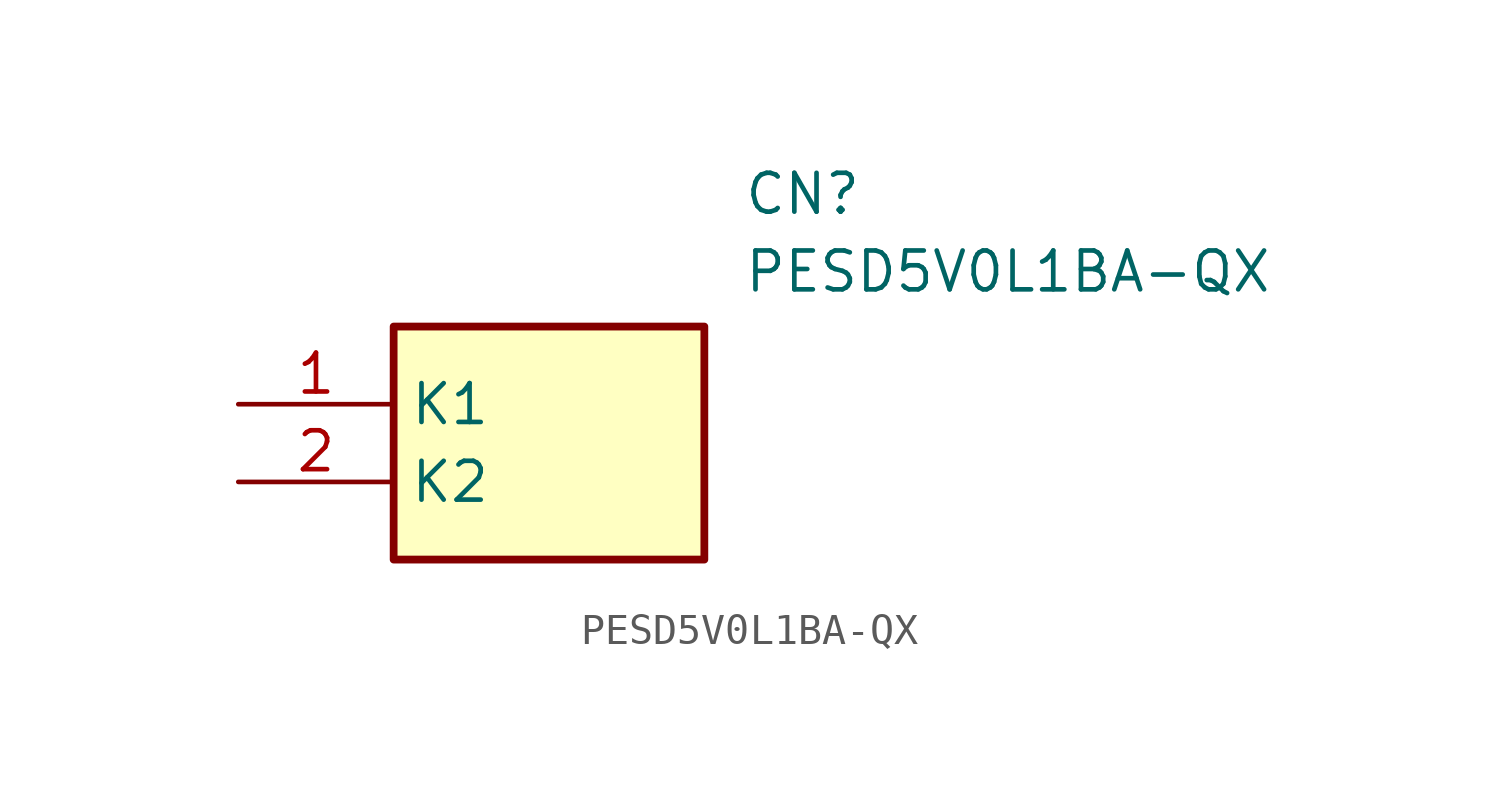
<source format=kicad_sym>
(kicad_symbol_lib
  (version 20211014)
  (generator SamacSys_ECAD_Model)
  (symbol "PESD5V0L1BA-QX"
    (property "Reference" "CN"
      (at 16.51 7.62 0)
      (effects (font (size 1.27 1.27)) (justify left top)))
    (property "Value" "PESD5V0L1BA-QX"
      (at 16.51 5.08 0)
      (effects (font (size 1.27 1.27)) (justify left top)))
    (rectangle
      (start 5.08 2.54)
      (end 15.24 -5.08)
      (stroke (width 0.254) (type default))
      (fill (type background)))
    (pin passive line
      (at 0 0 0)
      (length 5.08)
      (name "K1" (effects (font (size 1.27 1.27))))
      (number "1" (effects (font (size 1.27 1.27)))))
    (pin passive line
      (at 0 -2.54 0)
      (length 5.08)
      (name "K2" (effects (font (size 1.27 1.27))))
      (number "2" (effects (font (size 1.27 1.27)))))))
</source>
